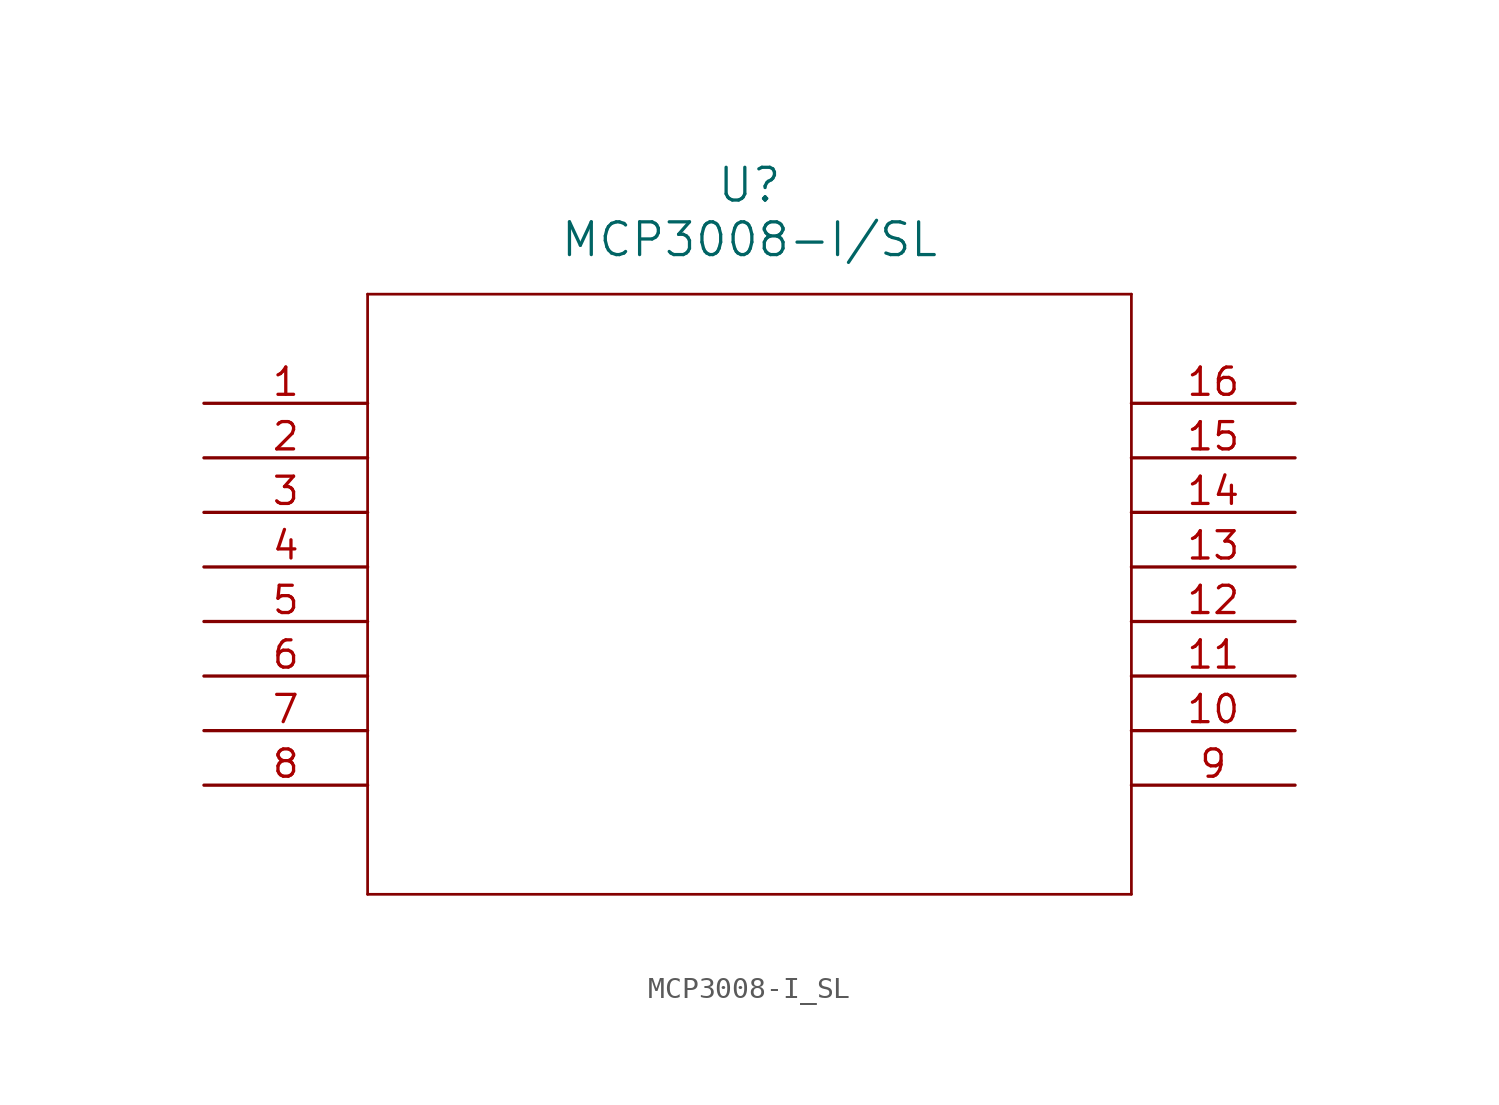
<source format=kicad_sym>
(kicad_symbol_lib
  (version 20211014)
  (generator kicad_symbol_editor)
  (symbol "MCP3008-I_SL"
    (pin_names
      (offset 0.254))
    (property "Reference" "U"
      (at 25.4 10.16 0)
      (effects (font (size 1.524 1.524))))
    (property "Value" "MCP3008-I/SL"
      (at 25.4 7.62 0)
      (effects (font (size 1.524 1.524))))
    (symbol "MCP3008-I_SL_0_1"
      (polyline (pts (xy 7.62 5.08) (xy 7.62 -22.86)) (stroke (width 0.127) (type default) (color 0 0 0 0)) (fill (type none)))
      (polyline (pts (xy 7.62 -22.86) (xy 43.18 -22.86)) (stroke (width 0.127) (type default) (color 0 0 0 0)) (fill (type none)))
      (polyline (pts (xy 43.18 -22.86) (xy 43.18 5.08)) (stroke (width 0.127) (type default) (color 0 0 0 0)) (fill (type none)))
      (polyline (pts (xy 43.18 5.08) (xy 7.62 5.08)) (stroke (width 0.127) (type default) (color 0 0 0 0)) (fill (type none)))
      (pin unspecified line (at 0 0 0) (length 7.62) (name "" (effects (font (size 1.27 1.27)))) (number "1" (effects (font (size 1.27 1.27)))))
      (pin unspecified line (at 0 -2.54 0) (length 7.62) (name "" (effects (font (size 1.27 1.27)))) (number "2" (effects (font (size 1.27 1.27)))))
      (pin unspecified line (at 0 -5.08 0) (length 7.62) (name "" (effects (font (size 1.27 1.27)))) (number "3" (effects (font (size 1.27 1.27)))))
      (pin unspecified line (at 0 -7.62 0) (length 7.62) (name "" (effects (font (size 1.27 1.27)))) (number "4" (effects (font (size 1.27 1.27)))))
      (pin unspecified line (at 0 -10.16 0) (length 7.62) (name "" (effects (font (size 1.27 1.27)))) (number "5" (effects (font (size 1.27 1.27)))))
      (pin unspecified line (at 0 -12.7 0) (length 7.62) (name "" (effects (font (size 1.27 1.27)))) (number "6" (effects (font (size 1.27 1.27)))))
      (pin unspecified line (at 0 -15.24 0) (length 7.62) (name "" (effects (font (size 1.27 1.27)))) (number "7" (effects (font (size 1.27 1.27)))))
      (pin unspecified line (at 0 -17.78 0) (length 7.62) (name "" (effects (font (size 1.27 1.27)))) (number "8" (effects (font (size 1.27 1.27)))))
      (pin unspecified line (at 50.8 -17.78 180) (length 7.62) (name "" (effects (font (size 1.27 1.27)))) (number "9" (effects (font (size 1.27 1.27)))))
      (pin unspecified line (at 50.8 -15.24 180) (length 7.62) (name "" (effects (font (size 1.27 1.27)))) (number "10" (effects (font (size 1.27 1.27)))))
      (pin unspecified line (at 50.8 -12.7 180) (length 7.62) (name "" (effects (font (size 1.27 1.27)))) (number "11" (effects (font (size 1.27 1.27)))))
      (pin unspecified line (at 50.8 -10.16 180) (length 7.62) (name "" (effects (font (size 1.27 1.27)))) (number "12" (effects (font (size 1.27 1.27)))))
      (pin unspecified line (at 50.8 -7.62 180) (length 7.62) (name "" (effects (font (size 1.27 1.27)))) (number "13" (effects (font (size 1.27 1.27)))))
      (pin unspecified line (at 50.8 -5.08 180) (length 7.62) (name "" (effects (font (size 1.27 1.27)))) (number "14" (effects (font (size 1.27 1.27)))))
      (pin unspecified line (at 50.8 -2.54 180) (length 7.62) (name "" (effects (font (size 1.27 1.27)))) (number "15" (effects (font (size 1.27 1.27)))))
      (pin unspecified line (at 50.8 0 180) (length 7.62) (name "" (effects (font (size 1.27 1.27)))) (number "16" (effects (font (size 1.27 1.27))))))))
</source>
